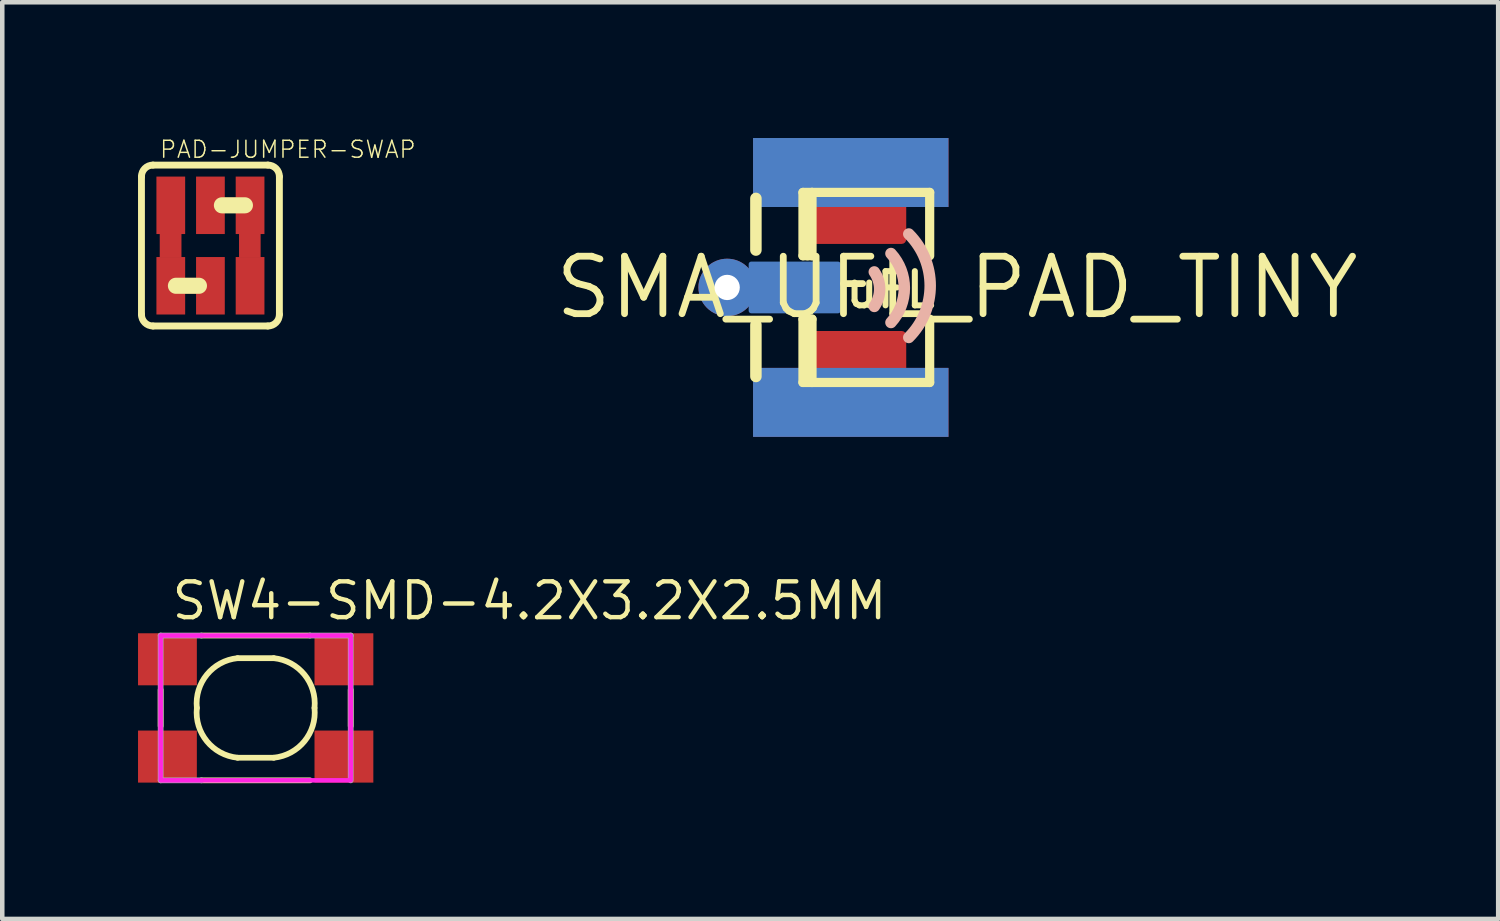
<source format=kicad_pcb>
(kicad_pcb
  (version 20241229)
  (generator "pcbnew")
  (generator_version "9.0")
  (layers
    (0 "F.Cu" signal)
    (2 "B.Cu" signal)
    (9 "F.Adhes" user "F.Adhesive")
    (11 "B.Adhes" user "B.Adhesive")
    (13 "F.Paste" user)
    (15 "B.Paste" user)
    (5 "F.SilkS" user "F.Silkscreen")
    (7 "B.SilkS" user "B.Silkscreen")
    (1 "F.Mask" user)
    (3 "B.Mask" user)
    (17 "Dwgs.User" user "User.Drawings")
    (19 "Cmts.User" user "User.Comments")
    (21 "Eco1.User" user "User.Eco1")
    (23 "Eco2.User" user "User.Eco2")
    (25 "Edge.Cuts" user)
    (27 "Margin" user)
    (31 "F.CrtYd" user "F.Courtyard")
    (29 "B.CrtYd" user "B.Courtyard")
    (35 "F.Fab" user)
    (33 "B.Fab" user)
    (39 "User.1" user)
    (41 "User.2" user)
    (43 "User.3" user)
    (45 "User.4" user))
  (footprint "SMA_UFL_PAD_TINY"
    (layer "F.Cu")
    (at 18.099 3.302)
    (property "Reference" "SMA_UFL_PAD_TINY" (at 0 0 0) (layer "F.SilkS") (effects (font (size 1.27 1.27) (thickness 0.15))))
    (fp_line (start -4.445 -1.968) (end -4.445 -0.826) (stroke (width 0.254) (type solid)) (layer "F.SilkS"))
    (fp_line (start -4.445 0.826) (end -4.445 1.968) (stroke (width 0.254) (type solid)) (layer "F.SilkS"))
    (fp_line (start -3.405 -2.1) (end -3.405 -0.7) (stroke (width 0.203) (type solid)) (layer "F.SilkS"))
    (fp_line (start -3.405 -2.1) (end -3.205 -2.1) (stroke (width 0.203) (type solid)) (layer "F.SilkS"))
    (fp_line (start -3.405 -0.7) (end -3.205 -0.7) (stroke (width 0.203) (type solid)) (layer "F.SilkS"))
    (fp_line (start -3.405 0.7) (end -3.405 2.1) (stroke (width 0.203) (type solid)) (layer "F.SilkS"))
    (fp_line (start -3.405 0.7) (end -3.205 0.7) (stroke (width 0.203) (type solid)) (layer "F.SilkS"))
    (fp_line (start -3.405 2.1) (end -3.205 2.1) (stroke (width 0.203) (type solid)) (layer "F.SilkS"))
    (fp_line (start -3.305 -2) (end -3.305 -0.7) (stroke (width 0.203) (type solid)) (layer "F.SilkS"))
    (fp_line (start -3.305 0.7) (end -3.305 2) (stroke (width 0.203) (type solid)) (layer "F.SilkS"))
    (fp_line (start -3.205 -2.1) (end -3.205 -0.7) (stroke (width 0.203) (type solid)) (layer "F.SilkS"))
    (fp_line (start -3.205 0.7) (end -3.205 2.1) (stroke (width 0.203) (type solid)) (layer "F.SilkS"))
    (fp_line (start -3.205 2.1) (end -0.605 2.1) (stroke (width 0.203) (type solid)) (layer "F.SilkS"))
    (fp_line (start -0.605 -2.1) (end -3.205 -2.1) (stroke (width 0.203) (type solid)) (layer "F.SilkS"))
    (fp_line (start -0.605 -2.1) (end -0.605 -0.7) (stroke (width 0.203) (type solid)) (layer "F.SilkS"))
    (fp_line (start -0.605 0.7) (end -0.605 2.1) (stroke (width 0.203) (type solid)) (layer "F.SilkS"))
    (fp_arc (start -1.8288 -0.3429) (mid -1.709849 0.0381) (end -1.8288 0.419099) (stroke (width 0.254) (type solid)) (layer "B.SilkS"))
    (fp_arc (start -1.4605 -0.7493) (mid -1.164918 0.0127) (end -1.4605 0.7747) (stroke (width 0.254) (type solid)) (layer "B.SilkS"))
    (fp_arc (start -1.0668 -1.1811) (mid -0.593354 -0.0381) (end -1.0668 1.1049) (stroke (width 0.254) (type solid)) (layer "B.SilkS"))
    (fp_text user "uFL" (at -1.473 0.495 0) (unlocked yes) (layer "F.SilkS") (effects (font (size 0.756 0.756) (thickness 0.133)) (justify bottom)))
    (pad "ANT1" smd roundrect (at -3.843 0 180) (size 1.524 1.016) (layers "F.Cu" "F.Mask" "F.Paste") (roundrect_rratio 0.1))
    (pad "ANT2" thru_hole circle (at -5.08 0 180) (size 1.27 1.27) (drill 0.559) (layers "*.Cu" "*.Mask"))
    (pad "ANT3" smd roundrect (at -3.589 0) (size 2.032 1.143) (layers "B.Cu" "B.Mask" "B.Paste") (roundrect_rratio 0.05))
    (pad "GND1" smd roundrect (at -2.223 -1.47 180) (size 2.2 1.016) (layers "F.Cu" "F.Mask" "F.Paste") (roundrect_rratio 0.1))
    (pad "GND2" smd roundrect (at -2.223 1.47 180) (size 2.2 1.016) (layers "F.Cu" "F.Mask" "F.Paste") (roundrect_rratio 0.1))
    (pad "GND3" smd rect (at -2.349 2.54) (size 4.318 1.524) (layers "F.Cu" "F.Mask"))
    (pad "GND4" smd rect (at -2.349 -2.54) (size 4.318 1.524) (layers "F.Cu" "F.Mask"))
    (pad "GND5" smd rect (at -2.349 -2.54 180) (size 4.318 1.524) (layers "B.Cu" "B.Mask"))
    (pad "GND6" smd rect (at -2.349 2.54 180) (size 4.318 1.524) (layers "B.Cu" "B.Mask"))
    (zone (net_name "") (layer "F.Cu") (hatch edge 0.5) (connect_pads) (min_thickness 0.25) (filled_areas_thickness no) (keepout (tracks not_allowed) (vias not_allowed) (pads not_allowed) (copperpour not_allowed) (footprints allowed)) (placement (enabled no)) (fill) (polygon (pts (xy 16.766 2.477) (xy 14.988 2.477) (xy 14.988 4.128) (xy 16.766 4.128)))))
  (footprint "PAD-JUMPER-SWAP"
    (layer "F.Cu")
    (at 1.6 2.376)
    (property "Reference" "PAD-JUMPER-SWAP" (at -1.143 -1.905 0) (unlocked yes) (layer "F.SilkS") (effects (font (size 0.374 0.374) (thickness 0.033)) (justify left bottom)))
    (fp_line (start -1.524 1.524) (end -1.524 -1.524) (stroke (width 0.152) (type solid)) (layer "F.SilkS"))
    (fp_line (start -1.27 -1.778) (end 1.27 -1.778) (stroke (width 0.152) (type solid)) (layer "F.SilkS"))
    (fp_line (start -0.762 0.889) (end -0.254 0.889) (stroke (width 0.356) (type solid)) (layer "F.SilkS"))
    (fp_line (start 0.254 -0.889) (end 0.762 -0.889) (stroke (width 0.356) (type solid)) (layer "F.SilkS"))
    (fp_line (start 1.27 1.778) (end -1.27 1.778) (stroke (width 0.152) (type solid)) (layer "F.SilkS"))
    (fp_line (start 1.524 1.524) (end 1.524 -1.524) (stroke (width 0.152) (type solid)) (layer "F.SilkS"))
    (fp_arc (start -1.524 -1.524) (mid -1.449605 -1.703605) (end -1.27 -1.778) (stroke (width 0.1524) (type solid)) (layer "F.SilkS"))
    (fp_arc (start -1.27 1.778) (mid -1.449605 1.703605) (end -1.524 1.524) (stroke (width 0.1524) (type solid)) (layer "F.SilkS"))
    (fp_arc (start 1.27 -1.778) (mid 1.449605 -1.703605) (end 1.524 -1.524) (stroke (width 0.1524) (type solid)) (layer "F.SilkS"))
    (fp_arc (start 1.524 1.524) (mid 1.449605 1.703605) (end 1.27 1.778) (stroke (width 0.1524) (type solid)) (layer "F.SilkS"))
    (pad "1" smd rect (at -0.88 0) (size 0.48 0.52) (layers "F.Cu" "F.Mask"))
    (pad "1" smd rect (at -0.876 -0.889) (size 0.635 1.27) (layers "F.Cu" "F.Mask"))
    (pad "1" smd rect (at -0.876 0.889) (size 0.635 1.27) (layers "F.Cu" "F.Mask"))
    (pad "1" smd rect (at -0.425 0.887) (size 0.35 0.345) (layers "F.Cu" "F.Mask"))
    (pad "2" smd rect (at 0 0.889) (size 0.635 1.27) (layers "F.Cu" "F.Mask"))
    (pad "3" smd rect (at 0 -0.889) (size 0.635 1.27) (layers "F.Cu" "F.Mask"))
    (pad "4" smd rect (at 0.45 -0.89) (size 0.3 0.34) (layers "F.Cu" "F.Mask"))
    (pad "4" smd rect (at 0.871 0) (size 0.477 0.52) (layers "F.Cu" "F.Mask"))
    (pad "4" smd rect (at 0.876 -0.889) (size 0.635 1.27) (layers "F.Cu" "F.Mask"))
    (pad "4" smd rect (at 0.876 0.889) (size 0.635 1.27) (layers "F.Cu" "F.Mask"))
    (zone (net_name "") (layer "F.Cu") (hatch edge 0.5) (connect_pads) (min_thickness 0.25) (filled_areas_thickness no) (keepout (tracks not_allowed) (vias not_allowed) (pads not_allowed) (copperpour not_allowed) (footprints allowed)) (placement (enabled no)) (fill) (polygon (pts (xy 0.156 2.122) (xy 0.156 2.63) (xy 3.044 2.63) (xy 3.044 2.122))))
    (zone (net_name "") (layer "F.Mask") (hatch edge 0.5) (connect_pads) (min_thickness 0.25) (filled_areas_thickness no) (keepout (tracks not_allowed) (vias not_allowed) (pads not_allowed) (copperpour allowed) (footprints allowed)) (placement (enabled no)) (fill) (polygon (pts (xy 1.283 0.852) (xy 2.794 0.852) (xy 2.794 2.122) (xy 1.283 2.122))))
    (zone (net_name "") (layer "F.Mask") (hatch edge 0.5) (connect_pads) (min_thickness 0.25) (filled_areas_thickness no) (keepout (tracks not_allowed) (vias not_allowed) (pads not_allowed) (copperpour allowed) (footprints allowed)) (placement (enabled no)) (fill) (polygon (pts (xy 1.283 2.63) (xy 2.794 2.63) (xy 2.794 3.9) (xy 1.283 3.9)))))
  (footprint "SW4-SMD-4.2X3.2X2.5MM"
    (layer "F.Cu")
    (at 2.6 12.594)
    (property "Reference" "SW4-SMD-4.2X3.2X2.5MM" (at -1.905 -1.905 0) (unlocked yes) (layer "F.SilkS") (effects (font (size 0.791 0.791) (thickness 0.098)) (justify left bottom)))
    (fp_line (start -2.1 -0.4) (end -2.1 0.4) (stroke (width 0.127) (type solid)) (layer "F.SilkS"))
    (fp_line (start -1.2 -1.6) (end 1.2 -1.6) (stroke (width 0.127) (type solid)) (layer "F.SilkS"))
    (fp_line (start -0.4 -1.1) (end 0.4 -1.1) (stroke (width 0.127) (type solid)) (layer "F.SilkS"))
    (fp_line (start 0.4 1.1) (end -0.4 1.1) (stroke (width 0.127) (type solid)) (layer "F.SilkS"))
    (fp_line (start 1.2 1.6) (end -1.2 1.6) (stroke (width 0.127) (type solid)) (layer "F.SilkS"))
    (fp_line (start 2.1 0.4) (end 2.1 -0.4) (stroke (width 0.127) (type solid)) (layer "F.SilkS"))
    (fp_arc (start -1.3 0) (mid -1.077816 -0.736397) (end -0.399998 -1.1) (stroke (width 0.127) (type solid)) (layer "F.SilkS"))
    (fp_arc (start -0.4 1.1) (mid -1.077818 0.736395) (end -1.3 -0.000002) (stroke (width 0.127) (type solid)) (layer "F.SilkS"))
    (fp_arc (start 0.4 -1.1) (mid 1.077818 -0.736395) (end 1.3 0.000002) (stroke (width 0.127) (type solid)) (layer "F.SilkS"))
    (fp_arc (start 1.3 0) (mid 1.077816 0.736397) (end 0.399998 1.1) (stroke (width 0.127) (type solid)) (layer "F.SilkS"))
    (fp_poly (pts (xy -2.1 1.6) (xy 2.1 1.6) (xy 2.1 -1.6) (xy -2.1 -1.6)) (stroke (width 0.1) (type default)) (fill no) (layer "F.CrtYd"))
    (fp_line (start -2.1 1.6) (end -2.1 -1.6) (stroke (width 0.127) (type solid)) (layer "F.Fab"))
    (fp_line (start -1.2 -1.6) (end -2.1 -1.6) (stroke (width 0.127) (type solid)) (layer "F.Fab"))
    (fp_line (start -1.2 1.6) (end -2.1 1.6) (stroke (width 0.127) (type solid)) (layer "F.Fab"))
    (fp_line (start 1.2 -1.6) (end 2.1 -1.6) (stroke (width 0.127) (type solid)) (layer "F.Fab"))
    (fp_line (start 2.1 -1.6) (end 2.1 1.6) (stroke (width 0.127) (type solid)) (layer "F.Fab"))
    (pad "1" smd rect (at -1.95 -1.075) (size 1.3 1.15) (layers "F.Cu" "F.Mask" "F.Paste"))
    (pad "2" smd rect (at 1.95 -1.075) (size 1.3 1.15) (layers "F.Cu" "F.Mask" "F.Paste"))
    (pad "3" smd rect (at -1.95 1.075) (size 1.3 1.15) (layers "F.Cu" "F.Mask" "F.Paste"))
    (pad "4" smd rect (at 1.95 1.075) (size 1.3 1.15) (layers "F.Cu" "F.Mask" "F.Paste")))
  (gr_rect
    (start -3 -3)
    (end 30.057 17.257)
    (stroke (width 0.1) (type default))
    (fill no)
    (layer "Edge.Cuts")))
</source>
